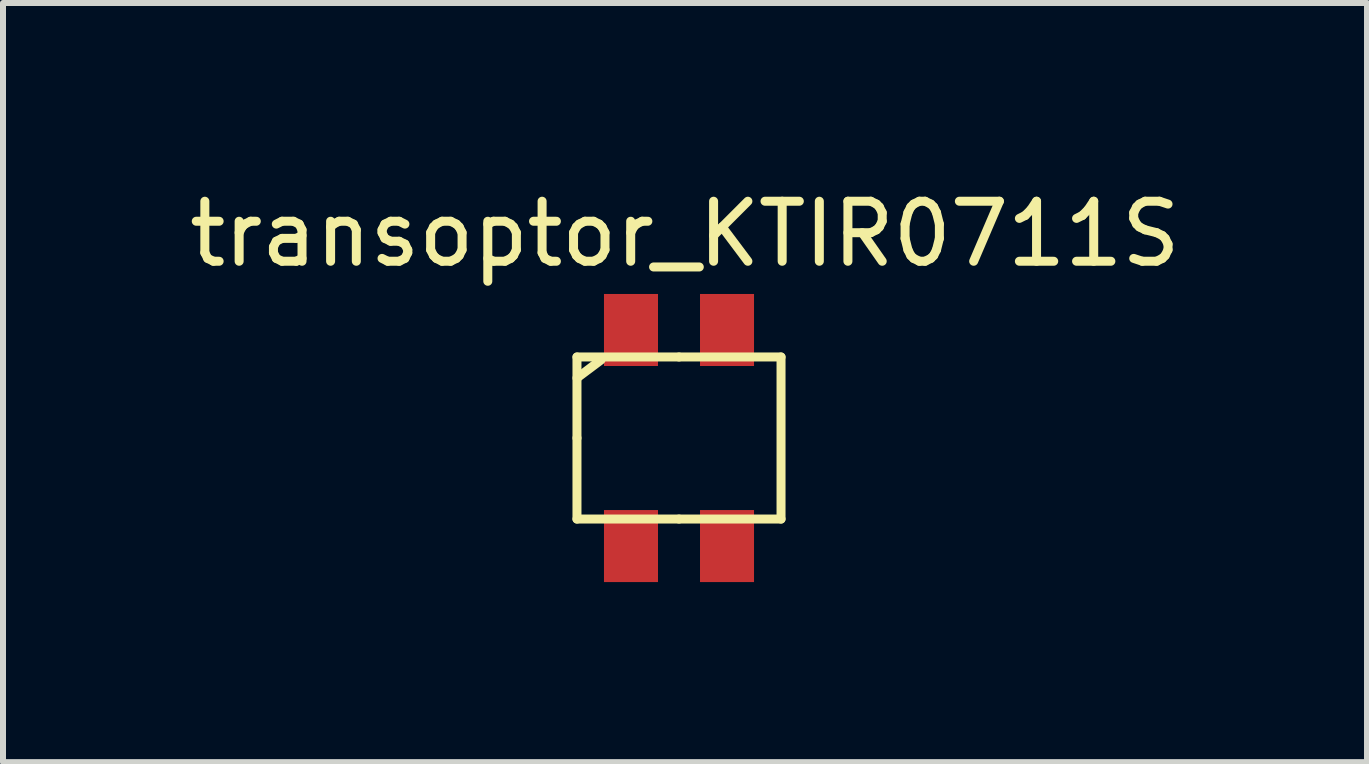
<source format=kicad_pcb>
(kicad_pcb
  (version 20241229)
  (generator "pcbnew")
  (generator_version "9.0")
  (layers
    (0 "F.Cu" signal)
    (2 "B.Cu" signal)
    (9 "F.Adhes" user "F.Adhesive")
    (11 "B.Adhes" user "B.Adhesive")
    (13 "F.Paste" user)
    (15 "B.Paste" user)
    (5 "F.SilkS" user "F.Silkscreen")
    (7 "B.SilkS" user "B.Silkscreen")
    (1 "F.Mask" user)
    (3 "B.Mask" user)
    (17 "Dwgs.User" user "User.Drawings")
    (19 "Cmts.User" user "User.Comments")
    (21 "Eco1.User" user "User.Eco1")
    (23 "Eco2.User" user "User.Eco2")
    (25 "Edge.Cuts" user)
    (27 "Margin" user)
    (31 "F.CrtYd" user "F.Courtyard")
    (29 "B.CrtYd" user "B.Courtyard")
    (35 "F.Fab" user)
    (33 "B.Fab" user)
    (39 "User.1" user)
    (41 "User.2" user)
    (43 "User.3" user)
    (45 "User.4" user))
  (footprint "transoptor_KTIR0711S"
    (layer "F.Cu")
    (at 8.263 4.248)
    (property "Reference" "transoptor_KTIR0711S" (at 0.1 -3.4 0) (layer "F.SilkS") (effects (font (size 1 1) (thickness 0.15))))
    (attr through_hole)
    (fp_line (start -1.7 -1.35) (end -1.7 0) (stroke (width 0.15) (type solid)) (layer "F.SilkS"))
    (fp_line (start -1.7 0) (end -1.7 1.35) (stroke (width 0.15) (type solid)) (layer "F.SilkS"))
    (fp_line (start -1.7 1.35) (end 0 1.35) (stroke (width 0.15) (type solid)) (layer "F.SilkS"))
    (fp_line (start -1.3 -1.3) (end -1.7 -1) (stroke (width 0.15) (type solid)) (layer "F.SilkS"))
    (fp_line (start 0 -1.35) (end -1.7 -1.35) (stroke (width 0.15) (type solid)) (layer "F.SilkS"))
    (fp_line (start 0 1.35) (end 1.7 1.35) (stroke (width 0.15) (type solid)) (layer "F.SilkS"))
    (fp_line (start 1.7 -1.35) (end 0 -1.35) (stroke (width 0.15) (type solid)) (layer "F.SilkS"))
    (fp_line (start 1.7 1.35) (end 1.7 -1.35) (stroke (width 0.15) (type solid)) (layer "F.SilkS"))
    (pad "1" smd rect (at -0.8 -1.8) (size 0.9 1.2) (layers "F.Cu" "F.Mask" "F.Paste"))
    (pad "2" smd rect (at 0.8 -1.8) (size 0.9 1.2) (layers "F.Cu" "F.Mask" "F.Paste"))
    (pad "3" smd rect (at 0.8 1.8) (size 0.9 1.2) (layers "F.Cu" "F.Mask" "F.Paste"))
    (pad "4" smd rect (at -0.8 1.8) (size 0.9 1.2) (layers "F.Cu" "F.Mask" "F.Paste")))
  (gr_rect
    (start -3 -3)
    (end 19.726 9.648)
    (stroke (width 0.1) (type default))
    (fill no)
    (layer "Edge.Cuts")))
</source>
